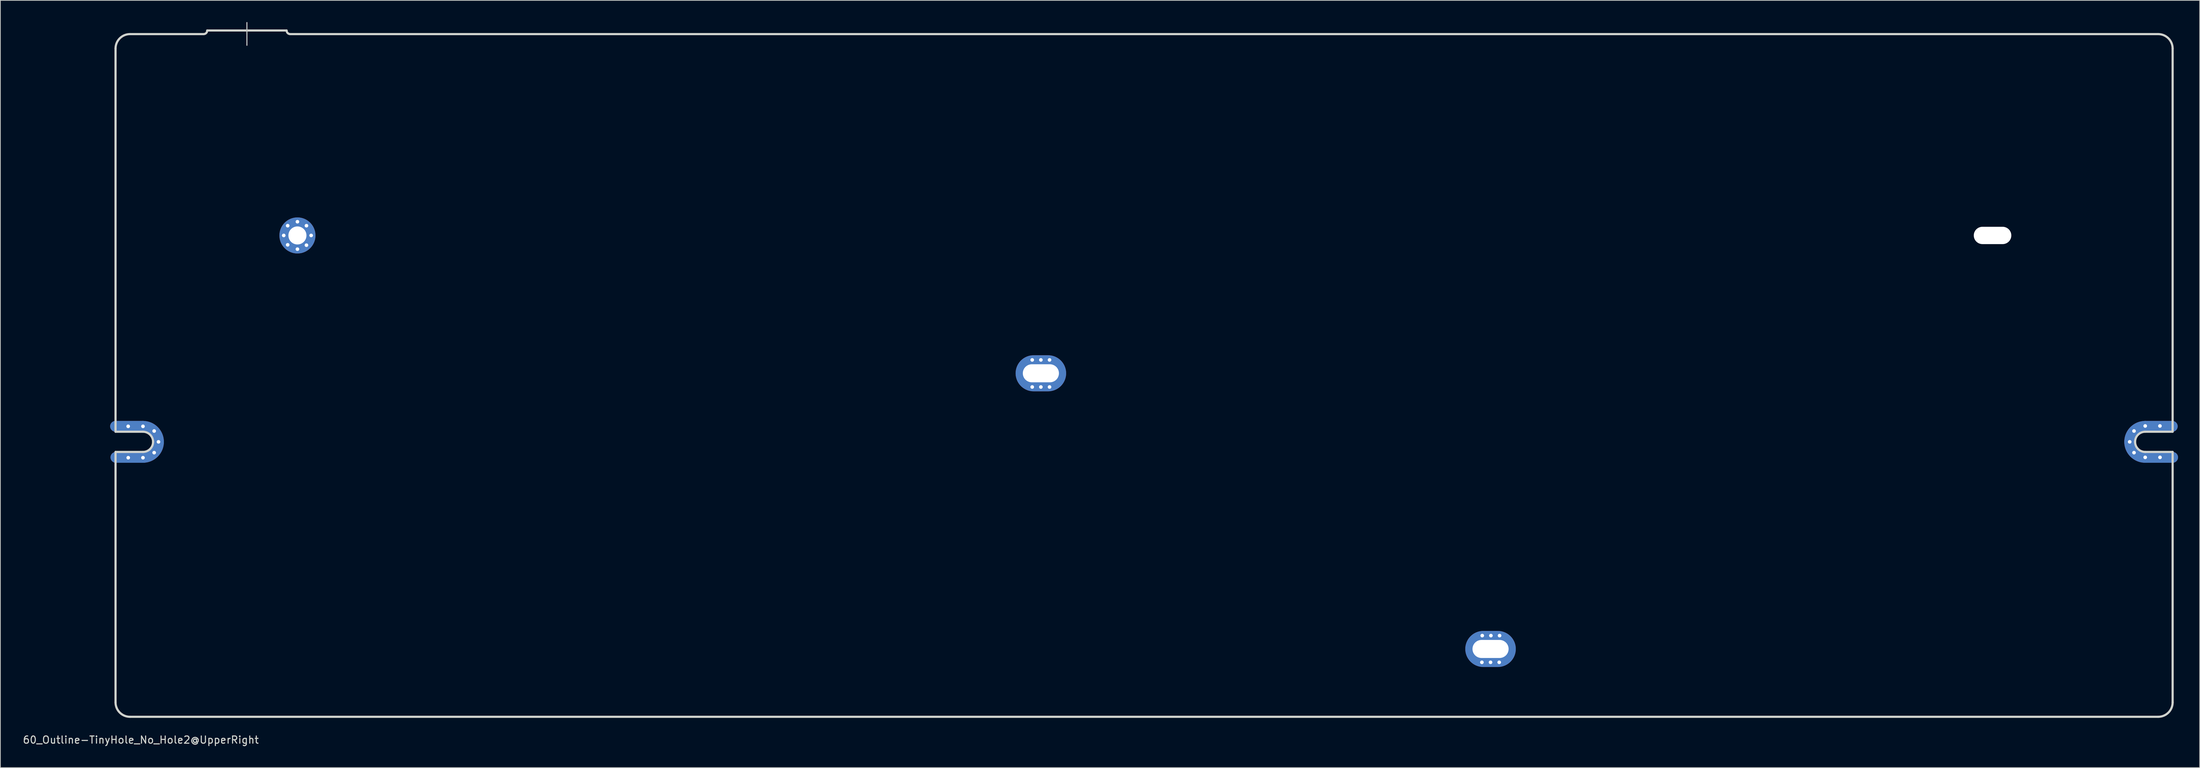
<source format=kicad_pcb>
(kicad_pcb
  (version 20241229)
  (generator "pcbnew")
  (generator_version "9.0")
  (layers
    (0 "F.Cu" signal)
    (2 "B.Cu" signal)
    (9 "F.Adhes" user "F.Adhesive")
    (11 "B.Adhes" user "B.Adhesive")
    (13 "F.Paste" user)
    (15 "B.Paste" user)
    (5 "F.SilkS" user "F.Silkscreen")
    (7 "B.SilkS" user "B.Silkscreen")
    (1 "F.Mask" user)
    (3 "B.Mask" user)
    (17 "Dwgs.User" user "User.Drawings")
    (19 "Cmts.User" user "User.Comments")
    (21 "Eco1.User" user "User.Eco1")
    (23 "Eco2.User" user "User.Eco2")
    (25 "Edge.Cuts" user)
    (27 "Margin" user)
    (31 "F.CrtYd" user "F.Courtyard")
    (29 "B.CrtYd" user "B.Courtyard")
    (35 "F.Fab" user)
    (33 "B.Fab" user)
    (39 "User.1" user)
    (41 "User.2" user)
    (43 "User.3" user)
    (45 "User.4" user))
  (footprint "60_Outline-TinyHole_No_Hole2@UpperRight"
    (layer "F.Cu")
    (at 155.458 48.975)
    (property "Reference" "60_Outline-TinyHole_No_Hole2@UpperRight" (at -139 50.5 0) (layer "Edge.Cuts") (effects (font (size 1 1) (thickness 0.15))))
    (attr through_hole)
    (fp_line (start -142.5 7.05) (end -138.7 7.05) (stroke (width 1.5) (type solid)) (layer "F.Cu"))
    (fp_line (start -142.45 11.35) (end -138.65 11.35) (stroke (width 1.5) (type solid)) (layer "F.Cu"))
    (fp_line (start 142.45 7.05) (end 138.65 7.05) (stroke (width 1.5) (type solid)) (layer "F.Cu"))
    (fp_line (start 142.5 11.35) (end 138.7 11.35) (stroke (width 1.5) (type solid)) (layer "F.Cu"))
    (fp_arc (start -138.7 7.05) (mid -137.17972 7.67972) (end -136.55 9.2) (stroke (width 1.5) (type solid)) (layer "F.Cu"))
    (fp_arc (start -136.55 9.2) (mid -137.17972 10.72028) (end -138.7 11.35) (stroke (width 1.5) (type solid)) (layer "F.Cu"))
    (fp_arc (start 136.55 9.2) (mid 137.17972 7.67972) (end 138.7 7.05) (stroke (width 1.5) (type solid)) (layer "F.Cu"))
    (fp_arc (start 138.7 11.35) (mid 137.17972 10.72028) (end 136.55 9.2) (stroke (width 1.5) (type solid)) (layer "F.Cu"))
    (fp_line (start -142.5 7.05) (end -138.7 7.05) (stroke (width 1.5) (type solid)) (layer "F.Mask"))
    (fp_line (start -142.45 11.35) (end -138.65 11.35) (stroke (width 1.5) (type solid)) (layer "F.Mask"))
    (fp_line (start 142.45 7.05) (end 138.65 7.05) (stroke (width 1.5) (type solid)) (layer "F.Mask"))
    (fp_line (start 142.5 11.35) (end 138.7 11.35) (stroke (width 1.5) (type solid)) (layer "F.Mask"))
    (fp_arc (start -138.7 7.05) (mid -137.17972 7.67972) (end -136.55 9.2) (stroke (width 1.5) (type solid)) (layer "F.Mask"))
    (fp_arc (start -136.55 9.2) (mid -137.17972 10.72028) (end -138.7 11.35) (stroke (width 1.5) (type solid)) (layer "F.Mask"))
    (fp_arc (start 136.55 9.2) (mid 137.17972 7.67972) (end 138.7 7.05) (stroke (width 1.5) (type solid)) (layer "F.Mask"))
    (fp_arc (start 138.7 11.35) (mid 137.17972 10.72028) (end 136.55 9.2) (stroke (width 1.5) (type solid)) (layer "F.Mask"))
    (fp_line (start -142.5 7.05) (end -138.7 7.05) (stroke (width 1.5) (type solid)) (layer "B.Cu"))
    (fp_line (start -142.45 11.35) (end -138.65 11.35) (stroke (width 1.5) (type solid)) (layer "B.Cu"))
    (fp_line (start 142.45 7.05) (end 138.65 7.05) (stroke (width 1.5) (type solid)) (layer "B.Cu"))
    (fp_line (start 142.5 11.35) (end 138.7 11.35) (stroke (width 1.5) (type solid)) (layer "B.Cu"))
    (fp_arc (start -138.7 7.05) (mid -137.17972 7.67972) (end -136.55 9.2) (stroke (width 1.5) (type solid)) (layer "B.Cu"))
    (fp_arc (start -136.55 9.2) (mid -137.17972 10.72028) (end -138.7 11.35) (stroke (width 1.5) (type solid)) (layer "B.Cu"))
    (fp_arc (start 136.55 9.2) (mid 137.17972 7.67972) (end 138.7 7.05) (stroke (width 1.5) (type solid)) (layer "B.Cu"))
    (fp_arc (start 138.7 11.35) (mid 137.17972 10.72028) (end 136.55 9.2) (stroke (width 1.5) (type solid)) (layer "B.Cu"))
    (fp_line (start -142.5 7.05) (end -138.7 7.05) (stroke (width 1.5) (type solid)) (layer "B.Mask"))
    (fp_line (start -142.45 11.35) (end -138.65 11.35) (stroke (width 1.5) (type solid)) (layer "B.Mask"))
    (fp_line (start 142.45 7.05) (end 138.65 7.05) (stroke (width 1.5) (type solid)) (layer "B.Mask"))
    (fp_line (start 142.5 11.35) (end 138.7 11.35) (stroke (width 1.5) (type solid)) (layer "B.Mask"))
    (fp_arc (start -138.7 7.05) (mid -137.17972 7.67972) (end -136.55 9.2) (stroke (width 1.5) (type solid)) (layer "B.Mask"))
    (fp_arc (start -136.55 9.2) (mid -137.17972 10.72028) (end -138.7 11.35) (stroke (width 1.5) (type solid)) (layer "B.Mask"))
    (fp_arc (start 136.55 9.2) (mid 137.17972 7.67972) (end 138.7 7.05) (stroke (width 1.5) (type solid)) (layer "B.Mask"))
    (fp_arc (start 138.7 11.35) (mid 137.17972 10.72028) (end 136.55 9.2) (stroke (width 1.5) (type solid)) (layer "B.Mask"))
    (fp_line (start -124.3 -48.9) (end -124.3 -45.75) (stroke (width 0.15) (type solid)) (layer "Dwgs.User"))
    (fp_line (start -142.5 7.8) (end -142.5 -45.3) (stroke (width 0.3) (type solid)) (layer "Edge.Cuts"))
    (fp_line (start -142.5 10.6) (end -138.7 10.6) (stroke (width 0.3) (type solid)) (layer "Edge.Cuts"))
    (fp_line (start -142.5 45.3) (end -142.5 10.6) (stroke (width 0.3) (type solid)) (layer "Edge.Cuts"))
    (fp_line (start -140.5 -47.3) (end -130.3 -47.3) (stroke (width 0.3) (type solid)) (layer "Edge.Cuts"))
    (fp_line (start -138.7 7.8) (end -142.5 7.8) (stroke (width 0.3) (type solid)) (layer "Edge.Cuts"))
    (fp_line (start -129.8 -47.8) (end -118.8 -47.8) (stroke (width 0.3) (type solid)) (layer "Edge.Cuts"))
    (fp_line (start 138.7 7.8) (end 142.5 7.8) (stroke (width 0.3) (type solid)) (layer "Edge.Cuts"))
    (fp_line (start 138.7 10.6) (end 142.5 10.6) (stroke (width 0.3) (type solid)) (layer "Edge.Cuts"))
    (fp_line (start 140.5 -47.3) (end -118.3 -47.3) (stroke (width 0.3) (type solid)) (layer "Edge.Cuts"))
    (fp_line (start 140.5 47.3) (end -140.5 47.3) (stroke (width 0.3) (type solid)) (layer "Edge.Cuts"))
    (fp_line (start 142.5 7.8) (end 142.5 -45.3) (stroke (width 0.3) (type solid)) (layer "Edge.Cuts"))
    (fp_line (start 142.5 10.6) (end 142.5 45.3) (stroke (width 0.3) (type solid)) (layer "Edge.Cuts"))
    (fp_arc (start -142.5 -45.3) (mid -141.914214 -46.714214) (end -140.5 -47.3) (stroke (width 0.3) (type solid)) (layer "Edge.Cuts"))
    (fp_arc (start -140.5 47.3) (mid -141.914214 46.714214) (end -142.5 45.3) (stroke (width 0.3) (type solid)) (layer "Edge.Cuts"))
    (fp_arc (start -138.7 7.8) (mid -137.710051 8.210051) (end -137.3 9.2) (stroke (width 0.3) (type solid)) (layer "Edge.Cuts"))
    (fp_arc (start -137.3 9.2) (mid -137.710051 10.189949) (end -138.7 10.6) (stroke (width 0.3) (type solid)) (layer "Edge.Cuts"))
    (fp_arc (start -129.8 -47.8) (mid -129.946447 -47.446447) (end -130.3 -47.3) (stroke (width 0.3) (type solid)) (layer "Edge.Cuts"))
    (fp_arc (start -118.3 -47.3) (mid -118.653553 -47.446447) (end -118.8 -47.8) (stroke (width 0.3) (type solid)) (layer "Edge.Cuts"))
    (fp_arc (start 137.3 9.2) (mid 137.710051 8.210051) (end 138.7 7.8) (stroke (width 0.3) (type solid)) (layer "Edge.Cuts"))
    (fp_arc (start 138.7 10.6) (mid 137.710051 10.189949) (end 137.3 9.2) (stroke (width 0.3) (type solid)) (layer "Edge.Cuts"))
    (fp_arc (start 140.5 -47.3) (mid 141.914214 -46.714214) (end 142.5 -45.3) (stroke (width 0.3) (type solid)) (layer "Edge.Cuts"))
    (fp_arc (start 142.5 45.3) (mid 141.914214 46.714214) (end 140.5 47.3) (stroke (width 0.3) (type solid)) (layer "Edge.Cuts"))
    (pad "" np_thru_hole oval (at 117.55 -19.4) (size 5.2 2.4) (drill oval 5.2 2.4) (layers "*.Cu" "*.Mask"))
    (pad "1" thru_hole circle (at -140.75 7.05) (size 1 1) (drill 0.5) (layers "*.Cu" "*.Mask"))
    (pad "1" thru_hole circle (at -140.742 11.4) (size 1 1) (drill 0.5) (layers "*.Cu" "*.Mask"))
    (pad "1" thru_hole circle (at -138.7 7.05) (size 1 1) (drill 0.5) (layers "*.Cu" "*.Mask"))
    (pad "1" thru_hole circle (at -138.7 11.4) (size 1 1) (drill 0.5) (layers "*.Cu" "*.Mask"))
    (pad "1" thru_hole circle (at -137.15 7.7) (size 1 1) (drill 0.5) (layers "*.Cu" "*.Mask"))
    (pad "1" thru_hole circle (at -137.15 10.7 180) (size 1 1) (drill 0.5) (layers "*.Cu" "*.Mask"))
    (pad "1" thru_hole circle (at -136.55 9.2) (size 1 1) (drill 0.5) (layers "*.Cu" "*.Mask"))
    (pad "1" thru_hole circle (at -119.2 -19.4) (size 1 1) (drill 0.5) (layers "*.Cu" "*.Mask"))
    (pad "1" thru_hole circle (at -118.65 -20.75) (size 1 1) (drill 0.5) (layers "*.Cu" "*.Mask"))
    (pad "1" thru_hole circle (at -118.65 -18.1) (size 1 1) (drill 0.5) (layers "*.Cu" "*.Mask"))
    (pad "1" thru_hole circle (at -117.3 -21.3) (size 1 1) (drill 0.5) (layers "*.Cu" "*.Mask"))
    (pad "1" thru_hole circle (at -117.3 -19.4) (size 5 5) (drill 2.499) (layers "*.Cu" "*.Mask"))
    (pad "1" thru_hole circle (at -117.3 -17.5) (size 1 1) (drill 0.5) (layers "*.Cu" "*.Mask"))
    (pad "1" thru_hole circle (at -116.05 -20.75) (size 1 1) (drill 0.5) (layers "*.Cu" "*.Mask"))
    (pad "1" thru_hole circle (at -116.05 -18.05) (size 1 1) (drill 0.5) (layers "*.Cu" "*.Mask"))
    (pad "1" thru_hole circle (at -115.4 -19.4) (size 1 1) (drill 0.5) (layers "*.Cu" "*.Mask"))
    (pad "1" thru_hole circle (at -15.5 -2.15) (size 1 1) (drill 0.5) (layers "*.Cu" "*.Mask"))
    (pad "1" thru_hole circle (at -15.5 1.6) (size 1 1) (drill 0.5) (layers "*.Cu" "*.Mask"))
    (pad "1" thru_hole circle (at -14.3 -2.15) (size 1 1) (drill 0.5) (layers "*.Cu" "*.Mask"))
    (pad "1" thru_hole oval (at -14.3 -0.3) (size 7 5) (drill oval 5.001 2.499) (layers "*.Cu" "*.Mask"))
    (pad "1" thru_hole circle (at -14.3 1.6) (size 1 1) (drill 0.5) (layers "*.Cu" "*.Mask"))
    (pad "1" thru_hole circle (at -13.1 -2.15) (size 1 1) (drill 0.5) (layers "*.Cu" "*.Mask"))
    (pad "1" thru_hole circle (at -13.1 1.6) (size 1 1) (drill 0.5) (layers "*.Cu" "*.Mask"))
    (pad "1" thru_hole circle (at 46.8 39.75) (size 1 1) (drill 0.5) (layers "*.Cu" "*.Mask"))
    (pad "1" thru_hole circle (at 46.85 36.05) (size 1 1) (drill 0.5) (layers "*.Cu" "*.Mask"))
    (pad "1" thru_hole oval (at 48 37.9) (size 7 5) (drill oval 5.001 2.499) (layers "*.Cu" "*.Mask"))
    (pad "1" thru_hole circle (at 48 39.75) (size 1 1) (drill 0.5) (layers "*.Cu" "*.Mask"))
    (pad "1" thru_hole circle (at 48.05 36.05) (size 1 1) (drill 0.5) (layers "*.Cu" "*.Mask"))
    (pad "1" thru_hole circle (at 49.2 39.75) (size 1 1) (drill 0.5) (layers "*.Cu" "*.Mask"))
    (pad "1" thru_hole circle (at 49.25 36.05) (size 1 1) (drill 0.5) (layers "*.Cu" "*.Mask"))
    (pad "1" thru_hole circle (at 136.55 9.2 180) (size 1 1) (drill 0.5) (layers "*.Cu" "*.Mask"))
    (pad "1" thru_hole circle (at 137.15 7.7) (size 1 1) (drill 0.5) (layers "*.Cu" "*.Mask"))
    (pad "1" thru_hole circle (at 137.15 10.7 180) (size 1 1) (drill 0.5) (layers "*.Cu" "*.Mask"))
    (pad "1" thru_hole circle (at 138.7 7 180) (size 1 1) (drill 0.5) (layers "*.Cu" "*.Mask"))
    (pad "1" thru_hole circle (at 138.7 11.35 180) (size 1 1) (drill 0.5) (layers "*.Cu" "*.Mask"))
    (pad "1" thru_hole circle (at 140.742 7 180) (size 1 1) (drill 0.5) (layers "*.Cu" "*.Mask"))
    (pad "1" thru_hole circle (at 140.75 11.35 180) (size 1 1) (drill 0.5) (layers "*.Cu" "*.Mask")))
  (gr_rect
    (start -3 -3)
    (end 301.708 103.323)
    (stroke (width 0.1) (type default))
    (fill no)
    (layer "Edge.Cuts")))
</source>
